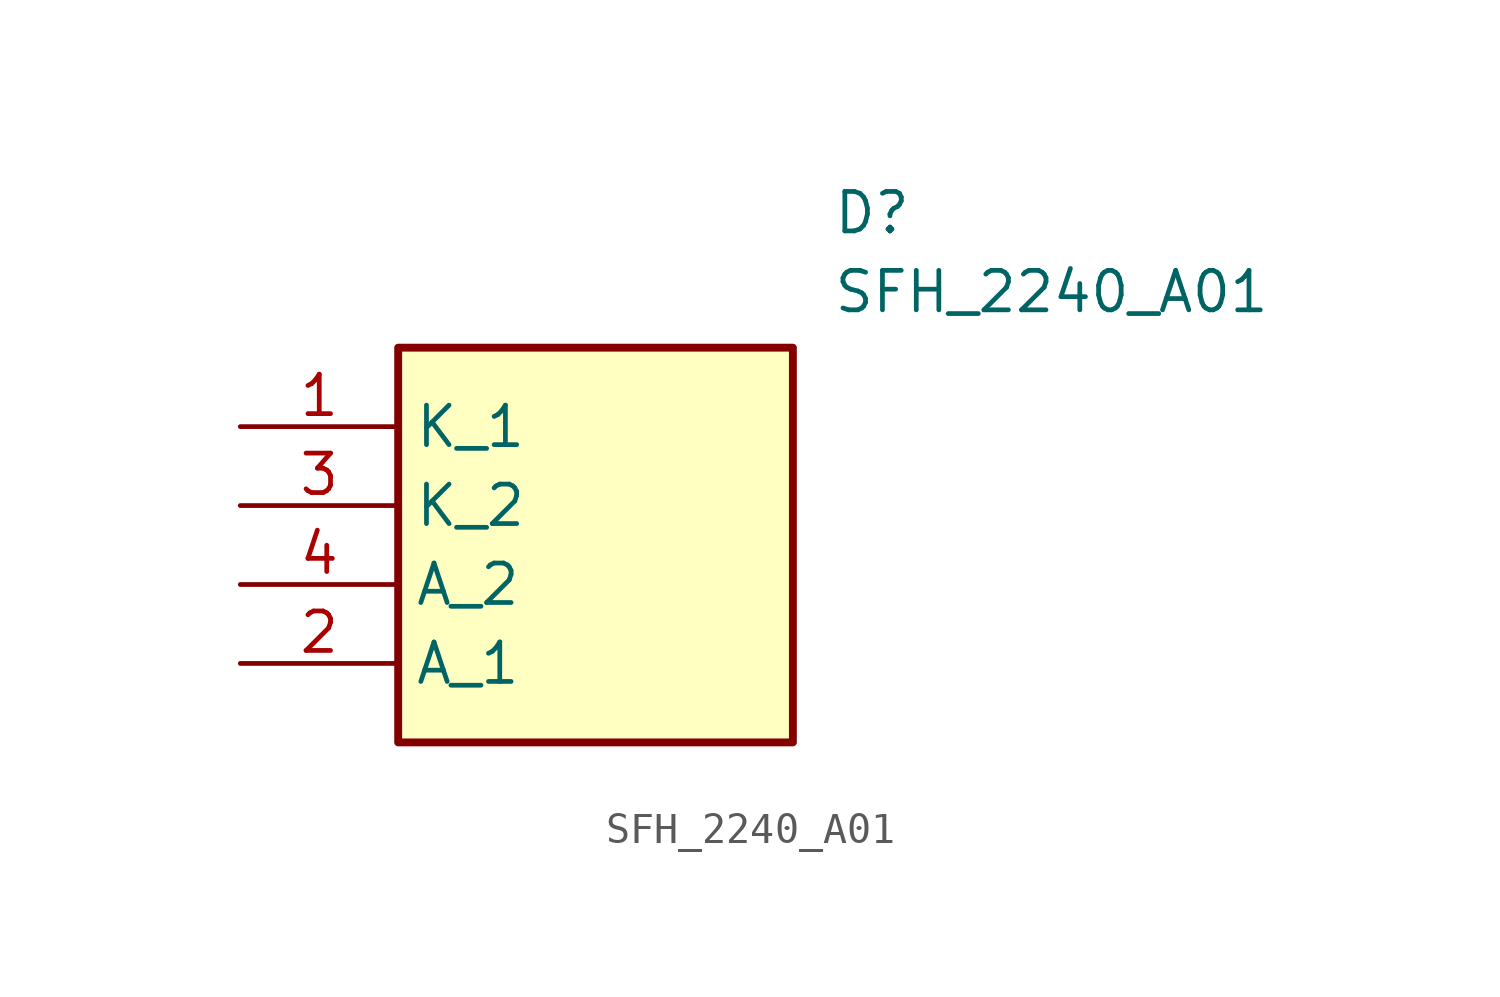
<source format=kicad_sym>
(kicad_symbol_lib
  (version 20211014)
  (generator SamacSys_ECAD_Model)
  (symbol "SFH_2240_A01"
    (property "Reference" "D"
      (at 19.05 7.62 0)
      (effects (font (size 1.27 1.27)) (justify left top)))
    (property "Value" "SFH_2240_A01"
      (at 19.05 5.08 0)
      (effects (font (size 1.27 1.27)) (justify left top)))
    (rectangle
      (start 5.08 2.54)
      (end 17.78 -10.16)
      (stroke (width 0.254) (type default))
      (fill (type background)))
    (pin passive line
      (at 0 0 0)
      (length 5.08)
      (name "K_1" (effects (font (size 1.27 1.27))))
      (number "1" (effects (font (size 1.27 1.27)))))
    (pin passive line
      (at 0 -7.62 0)
      (length 5.08)
      (name "A_1" (effects (font (size 1.27 1.27))))
      (number "2" (effects (font (size 1.27 1.27)))))
    (pin passive line
      (at 0 -2.54 0)
      (length 5.08)
      (name "K_2" (effects (font (size 1.27 1.27))))
      (number "3" (effects (font (size 1.27 1.27)))))
    (pin passive line
      (at 0 -5.08 0)
      (length 5.08)
      (name "A_2" (effects (font (size 1.27 1.27))))
      (number "4" (effects (font (size 1.27 1.27)))))))
</source>
